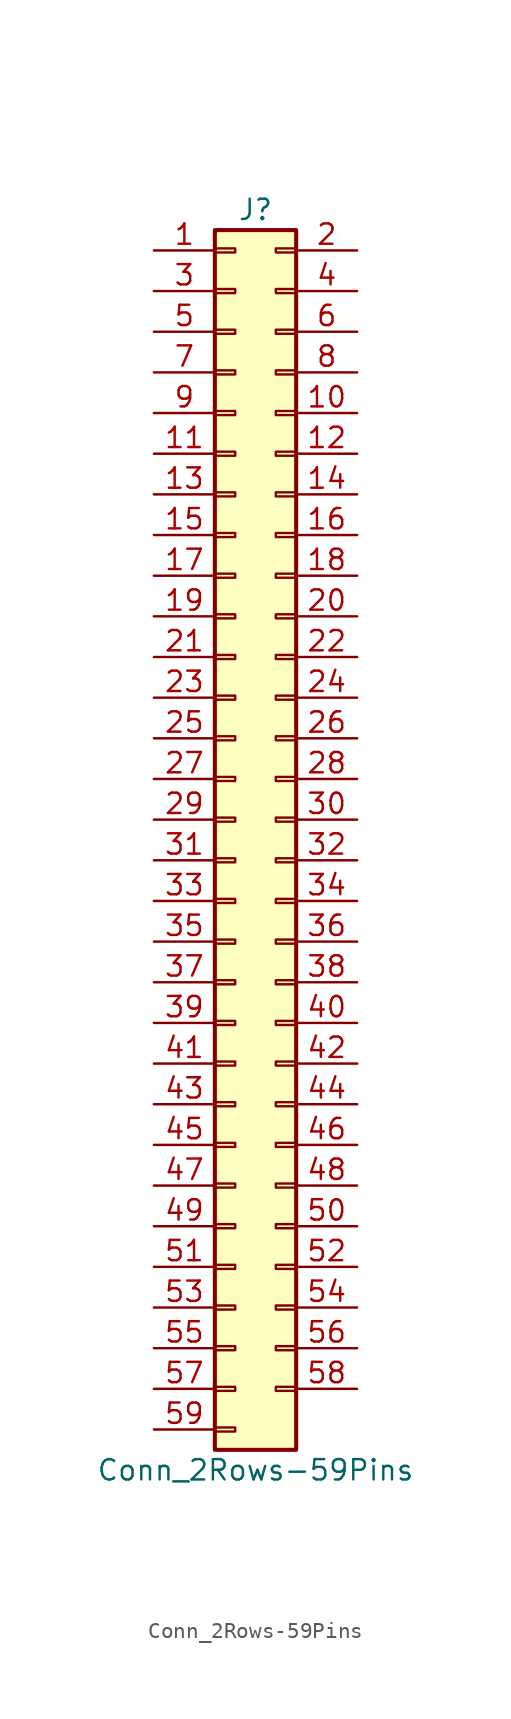
<source format=kicad_sym>
(kicad_symbol_lib
  (version 20220914)
  (generator kicad_symbol_editor)
  (symbol "Conn_2Rows-59Pins"
    (pin_names
      (offset 1.016) hide)
    (property "Reference" "J"
      (at 1.27 38.1 0)
      (effects (font (size 1.27 1.27))))
    (property "Value" "Conn_2Rows-59Pins"
      (at 1.27 -40.64 0)
      (effects (font (size 1.27 1.27))))
    (symbol "Conn_2Rows-59Pins_1_1"
      (rectangle (start -1.27 -37.973) (end 0 -38.227) (stroke (width 0.152) (type default)) (fill (type none)))
      (rectangle (start -1.27 -35.433) (end 0 -35.687) (stroke (width 0.152) (type default)) (fill (type none)))
      (rectangle (start -1.27 -32.893) (end 0 -33.147) (stroke (width 0.152) (type default)) (fill (type none)))
      (rectangle (start -1.27 -30.353) (end 0 -30.607) (stroke (width 0.152) (type default)) (fill (type none)))
      (rectangle (start -1.27 -27.813) (end 0 -28.067) (stroke (width 0.152) (type default)) (fill (type none)))
      (rectangle (start -1.27 -25.273) (end 0 -25.527) (stroke (width 0.152) (type default)) (fill (type none)))
      (rectangle (start -1.27 -22.733) (end 0 -22.987) (stroke (width 0.152) (type default)) (fill (type none)))
      (rectangle (start -1.27 -20.193) (end 0 -20.447) (stroke (width 0.152) (type default)) (fill (type none)))
      (rectangle (start -1.27 -17.653) (end 0 -17.907) (stroke (width 0.152) (type default)) (fill (type none)))
      (rectangle (start -1.27 -15.113) (end 0 -15.367) (stroke (width 0.152) (type default)) (fill (type none)))
      (rectangle (start -1.27 -12.573) (end 0 -12.827) (stroke (width 0.152) (type default)) (fill (type none)))
      (rectangle (start -1.27 -10.033) (end 0 -10.287) (stroke (width 0.152) (type default)) (fill (type none)))
      (rectangle (start -1.27 -7.493) (end 0 -7.747) (stroke (width 0.152) (type default)) (fill (type none)))
      (rectangle (start -1.27 -4.953) (end 0 -5.207) (stroke (width 0.152) (type default)) (fill (type none)))
      (rectangle (start -1.27 -2.413) (end 0 -2.667) (stroke (width 0.152) (type default)) (fill (type none)))
      (rectangle (start -1.27 0.127) (end 0 -0.127) (stroke (width 0.152) (type default)) (fill (type none)))
      (rectangle (start -1.27 2.667) (end 0 2.413) (stroke (width 0.152) (type default)) (fill (type none)))
      (rectangle (start -1.27 5.207) (end 0 4.953) (stroke (width 0.152) (type default)) (fill (type none)))
      (rectangle (start -1.27 7.747) (end 0 7.493) (stroke (width 0.152) (type default)) (fill (type none)))
      (rectangle (start -1.27 10.287) (end 0 10.033) (stroke (width 0.152) (type default)) (fill (type none)))
      (rectangle (start -1.27 12.827) (end 0 12.573) (stroke (width 0.152) (type default)) (fill (type none)))
      (rectangle (start -1.27 15.367) (end 0 15.113) (stroke (width 0.152) (type default)) (fill (type none)))
      (rectangle (start -1.27 17.907) (end 0 17.653) (stroke (width 0.152) (type default)) (fill (type none)))
      (rectangle (start -1.27 20.447) (end 0 20.193) (stroke (width 0.152) (type default)) (fill (type none)))
      (rectangle (start -1.27 22.987) (end 0 22.733) (stroke (width 0.152) (type default)) (fill (type none)))
      (rectangle (start -1.27 25.527) (end 0 25.273) (stroke (width 0.152) (type default)) (fill (type none)))
      (rectangle (start -1.27 28.067) (end 0 27.813) (stroke (width 0.152) (type default)) (fill (type none)))
      (rectangle (start -1.27 30.607) (end 0 30.353) (stroke (width 0.152) (type default)) (fill (type none)))
      (rectangle (start -1.27 33.147) (end 0 32.893) (stroke (width 0.152) (type default)) (fill (type none)))
      (rectangle (start -1.27 35.687) (end 0 35.433) (stroke (width 0.152) (type default)) (fill (type none)))
      (rectangle (start -1.27 36.83) (end 3.81 -39.37) (stroke (width 0.254) (type default)) (fill (type background)))
      (rectangle (start 3.81 -35.433) (end 2.54 -35.687) (stroke (width 0.152) (type default)) (fill (type none)))
      (rectangle (start 3.81 -32.893) (end 2.54 -33.147) (stroke (width 0.152) (type default)) (fill (type none)))
      (rectangle (start 3.81 -30.353) (end 2.54 -30.607) (stroke (width 0.152) (type default)) (fill (type none)))
      (rectangle (start 3.81 -27.813) (end 2.54 -28.067) (stroke (width 0.152) (type default)) (fill (type none)))
      (rectangle (start 3.81 -25.273) (end 2.54 -25.527) (stroke (width 0.152) (type default)) (fill (type none)))
      (rectangle (start 3.81 -22.733) (end 2.54 -22.987) (stroke (width 0.152) (type default)) (fill (type none)))
      (rectangle (start 3.81 -20.193) (end 2.54 -20.447) (stroke (width 0.152) (type default)) (fill (type none)))
      (rectangle (start 3.81 -17.653) (end 2.54 -17.907) (stroke (width 0.152) (type default)) (fill (type none)))
      (rectangle (start 3.81 -15.113) (end 2.54 -15.367) (stroke (width 0.152) (type default)) (fill (type none)))
      (rectangle (start 3.81 -12.573) (end 2.54 -12.827) (stroke (width 0.152) (type default)) (fill (type none)))
      (rectangle (start 3.81 -10.033) (end 2.54 -10.287) (stroke (width 0.152) (type default)) (fill (type none)))
      (rectangle (start 3.81 -7.493) (end 2.54 -7.747) (stroke (width 0.152) (type default)) (fill (type none)))
      (rectangle (start 3.81 -4.953) (end 2.54 -5.207) (stroke (width 0.152) (type default)) (fill (type none)))
      (rectangle (start 3.81 -2.413) (end 2.54 -2.667) (stroke (width 0.152) (type default)) (fill (type none)))
      (rectangle (start 3.81 0.127) (end 2.54 -0.127) (stroke (width 0.152) (type default)) (fill (type none)))
      (rectangle (start 3.81 2.667) (end 2.54 2.413) (stroke (width 0.152) (type default)) (fill (type none)))
      (rectangle (start 3.81 5.207) (end 2.54 4.953) (stroke (width 0.152) (type default)) (fill (type none)))
      (rectangle (start 3.81 7.747) (end 2.54 7.493) (stroke (width 0.152) (type default)) (fill (type none)))
      (rectangle (start 3.81 10.287) (end 2.54 10.033) (stroke (width 0.152) (type default)) (fill (type none)))
      (rectangle (start 3.81 12.827) (end 2.54 12.573) (stroke (width 0.152) (type default)) (fill (type none)))
      (rectangle (start 3.81 15.367) (end 2.54 15.113) (stroke (width 0.152) (type default)) (fill (type none)))
      (rectangle (start 3.81 17.907) (end 2.54 17.653) (stroke (width 0.152) (type default)) (fill (type none)))
      (rectangle (start 3.81 20.447) (end 2.54 20.193) (stroke (width 0.152) (type default)) (fill (type none)))
      (rectangle (start 3.81 22.987) (end 2.54 22.733) (stroke (width 0.152) (type default)) (fill (type none)))
      (rectangle (start 3.81 25.527) (end 2.54 25.273) (stroke (width 0.152) (type default)) (fill (type none)))
      (rectangle (start 3.81 28.067) (end 2.54 27.813) (stroke (width 0.152) (type default)) (fill (type none)))
      (rectangle (start 3.81 30.607) (end 2.54 30.353) (stroke (width 0.152) (type default)) (fill (type none)))
      (rectangle (start 3.81 33.147) (end 2.54 32.893) (stroke (width 0.152) (type default)) (fill (type none)))
      (rectangle (start 3.81 35.687) (end 2.54 35.433) (stroke (width 0.152) (type default)) (fill (type none)))
      (pin passive line (at -5.08 35.56 0) (length 3.81) (name "Pin_1" (effects (font (size 1.27 1.27)))) (number "1" (effects (font (size 1.27 1.27)))))
      (pin passive line (at 7.62 25.4 180) (length 3.81) (name "Pin_10" (effects (font (size 1.27 1.27)))) (number "10" (effects (font (size 1.27 1.27)))))
      (pin passive line (at -5.08 22.86 0) (length 3.81) (name "Pin_11" (effects (font (size 1.27 1.27)))) (number "11" (effects (font (size 1.27 1.27)))))
      (pin passive line (at 7.62 22.86 180) (length 3.81) (name "Pin_12" (effects (font (size 1.27 1.27)))) (number "12" (effects (font (size 1.27 1.27)))))
      (pin passive line (at -5.08 20.32 0) (length 3.81) (name "Pin_13" (effects (font (size 1.27 1.27)))) (number "13" (effects (font (size 1.27 1.27)))))
      (pin passive line (at 7.62 20.32 180) (length 3.81) (name "Pin_14" (effects (font (size 1.27 1.27)))) (number "14" (effects (font (size 1.27 1.27)))))
      (pin passive line (at -5.08 17.78 0) (length 3.81) (name "Pin_15" (effects (font (size 1.27 1.27)))) (number "15" (effects (font (size 1.27 1.27)))))
      (pin passive line (at 7.62 17.78 180) (length 3.81) (name "Pin_16" (effects (font (size 1.27 1.27)))) (number "16" (effects (font (size 1.27 1.27)))))
      (pin passive line (at -5.08 15.24 0) (length 3.81) (name "Pin_17" (effects (font (size 1.27 1.27)))) (number "17" (effects (font (size 1.27 1.27)))))
      (pin passive line (at 7.62 15.24 180) (length 3.81) (name "Pin_18" (effects (font (size 1.27 1.27)))) (number "18" (effects (font (size 1.27 1.27)))))
      (pin passive line (at -5.08 12.7 0) (length 3.81) (name "Pin_19" (effects (font (size 1.27 1.27)))) (number "19" (effects (font (size 1.27 1.27)))))
      (pin passive line (at 7.62 35.56 180) (length 3.81) (name "Pin_2" (effects (font (size 1.27 1.27)))) (number "2" (effects (font (size 1.27 1.27)))))
      (pin passive line (at 7.62 12.7 180) (length 3.81) (name "Pin_20" (effects (font (size 1.27 1.27)))) (number "20" (effects (font (size 1.27 1.27)))))
      (pin passive line (at -5.08 10.16 0) (length 3.81) (name "Pin_21" (effects (font (size 1.27 1.27)))) (number "21" (effects (font (size 1.27 1.27)))))
      (pin passive line (at 7.62 10.16 180) (length 3.81) (name "Pin_22" (effects (font (size 1.27 1.27)))) (number "22" (effects (font (size 1.27 1.27)))))
      (pin passive line (at -5.08 7.62 0) (length 3.81) (name "Pin_23" (effects (font (size 1.27 1.27)))) (number "23" (effects (font (size 1.27 1.27)))))
      (pin passive line (at 7.62 7.62 180) (length 3.81) (name "Pin_24" (effects (font (size 1.27 1.27)))) (number "24" (effects (font (size 1.27 1.27)))))
      (pin passive line (at -5.08 5.08 0) (length 3.81) (name "Pin_25" (effects (font (size 1.27 1.27)))) (number "25" (effects (font (size 1.27 1.27)))))
      (pin passive line (at 7.62 5.08 180) (length 3.81) (name "Pin_26" (effects (font (size 1.27 1.27)))) (number "26" (effects (font (size 1.27 1.27)))))
      (pin passive line (at -5.08 2.54 0) (length 3.81) (name "Pin_27" (effects (font (size 1.27 1.27)))) (number "27" (effects (font (size 1.27 1.27)))))
      (pin passive line (at 7.62 2.54 180) (length 3.81) (name "Pin_28" (effects (font (size 1.27 1.27)))) (number "28" (effects (font (size 1.27 1.27)))))
      (pin passive line (at -5.08 0 0) (length 3.81) (name "Pin_29" (effects (font (size 1.27 1.27)))) (number "29" (effects (font (size 1.27 1.27)))))
      (pin passive line (at -5.08 33.02 0) (length 3.81) (name "Pin_3" (effects (font (size 1.27 1.27)))) (number "3" (effects (font (size 1.27 1.27)))))
      (pin passive line (at 7.62 0 180) (length 3.81) (name "Pin_30" (effects (font (size 1.27 1.27)))) (number "30" (effects (font (size 1.27 1.27)))))
      (pin passive line (at -5.08 -2.54 0) (length 3.81) (name "Pin_31" (effects (font (size 1.27 1.27)))) (number "31" (effects (font (size 1.27 1.27)))))
      (pin passive line (at 7.62 -2.54 180) (length 3.81) (name "Pin_32" (effects (font (size 1.27 1.27)))) (number "32" (effects (font (size 1.27 1.27)))))
      (pin passive line (at -5.08 -5.08 0) (length 3.81) (name "Pin_33" (effects (font (size 1.27 1.27)))) (number "33" (effects (font (size 1.27 1.27)))))
      (pin passive line (at 7.62 -5.08 180) (length 3.81) (name "Pin_34" (effects (font (size 1.27 1.27)))) (number "34" (effects (font (size 1.27 1.27)))))
      (pin passive line (at -5.08 -7.62 0) (length 3.81) (name "Pin_35" (effects (font (size 1.27 1.27)))) (number "35" (effects (font (size 1.27 1.27)))))
      (pin passive line (at 7.62 -7.62 180) (length 3.81) (name "Pin_36" (effects (font (size 1.27 1.27)))) (number "36" (effects (font (size 1.27 1.27)))))
      (pin passive line (at -5.08 -10.16 0) (length 3.81) (name "Pin_37" (effects (font (size 1.27 1.27)))) (number "37" (effects (font (size 1.27 1.27)))))
      (pin passive line (at 7.62 -10.16 180) (length 3.81) (name "Pin_38" (effects (font (size 1.27 1.27)))) (number "38" (effects (font (size 1.27 1.27)))))
      (pin passive line (at -5.08 -12.7 0) (length 3.81) (name "Pin_39" (effects (font (size 1.27 1.27)))) (number "39" (effects (font (size 1.27 1.27)))))
      (pin passive line (at 7.62 33.02 180) (length 3.81) (name "Pin_4" (effects (font (size 1.27 1.27)))) (number "4" (effects (font (size 1.27 1.27)))))
      (pin passive line (at 7.62 -12.7 180) (length 3.81) (name "Pin_40" (effects (font (size 1.27 1.27)))) (number "40" (effects (font (size 1.27 1.27)))))
      (pin passive line (at -5.08 -15.24 0) (length 3.81) (name "Pin_41" (effects (font (size 1.27 1.27)))) (number "41" (effects (font (size 1.27 1.27)))))
      (pin passive line (at 7.62 -15.24 180) (length 3.81) (name "Pin_42" (effects (font (size 1.27 1.27)))) (number "42" (effects (font (size 1.27 1.27)))))
      (pin passive line (at -5.08 -17.78 0) (length 3.81) (name "Pin_43" (effects (font (size 1.27 1.27)))) (number "43" (effects (font (size 1.27 1.27)))))
      (pin passive line (at 7.62 -17.78 180) (length 3.81) (name "Pin_44" (effects (font (size 1.27 1.27)))) (number "44" (effects (font (size 1.27 1.27)))))
      (pin passive line (at -5.08 -20.32 0) (length 3.81) (name "Pin_45" (effects (font (size 1.27 1.27)))) (number "45" (effects (font (size 1.27 1.27)))))
      (pin passive line (at 7.62 -20.32 180) (length 3.81) (name "Pin_46" (effects (font (size 1.27 1.27)))) (number "46" (effects (font (size 1.27 1.27)))))
      (pin passive line (at -5.08 -22.86 0) (length 3.81) (name "Pin_47" (effects (font (size 1.27 1.27)))) (number "47" (effects (font (size 1.27 1.27)))))
      (pin passive line (at 7.62 -22.86 180) (length 3.81) (name "Pin_48" (effects (font (size 1.27 1.27)))) (number "48" (effects (font (size 1.27 1.27)))))
      (pin passive line (at -5.08 -25.4 0) (length 3.81) (name "Pin_49" (effects (font (size 1.27 1.27)))) (number "49" (effects (font (size 1.27 1.27)))))
      (pin passive line (at -5.08 30.48 0) (length 3.81) (name "Pin_5" (effects (font (size 1.27 1.27)))) (number "5" (effects (font (size 1.27 1.27)))))
      (pin passive line (at 7.62 -25.4 180) (length 3.81) (name "Pin_50" (effects (font (size 1.27 1.27)))) (number "50" (effects (font (size 1.27 1.27)))))
      (pin passive line (at -5.08 -27.94 0) (length 3.81) (name "Pin_51" (effects (font (size 1.27 1.27)))) (number "51" (effects (font (size 1.27 1.27)))))
      (pin passive line (at 7.62 -27.94 180) (length 3.81) (name "Pin_52" (effects (font (size 1.27 1.27)))) (number "52" (effects (font (size 1.27 1.27)))))
      (pin passive line (at -5.08 -30.48 0) (length 3.81) (name "Pin_53" (effects (font (size 1.27 1.27)))) (number "53" (effects (font (size 1.27 1.27)))))
      (pin passive line (at 7.62 -30.48 180) (length 3.81) (name "Pin_54" (effects (font (size 1.27 1.27)))) (number "54" (effects (font (size 1.27 1.27)))))
      (pin passive line (at -5.08 -33.02 0) (length 3.81) (name "Pin_55" (effects (font (size 1.27 1.27)))) (number "55" (effects (font (size 1.27 1.27)))))
      (pin passive line (at 7.62 -33.02 180) (length 3.81) (name "Pin_56" (effects (font (size 1.27 1.27)))) (number "56" (effects (font (size 1.27 1.27)))))
      (pin passive line (at -5.08 -35.56 0) (length 3.81) (name "Pin_57" (effects (font (size 1.27 1.27)))) (number "57" (effects (font (size 1.27 1.27)))))
      (pin passive line (at 7.62 -35.56 180) (length 3.81) (name "Pin_58" (effects (font (size 1.27 1.27)))) (number "58" (effects (font (size 1.27 1.27)))))
      (pin passive line (at -5.08 -38.1 0) (length 3.81) (name "Pin_59" (effects (font (size 1.27 1.27)))) (number "59" (effects (font (size 1.27 1.27)))))
      (pin passive line (at 7.62 30.48 180) (length 3.81) (name "Pin_6" (effects (font (size 1.27 1.27)))) (number "6" (effects (font (size 1.27 1.27)))))
      (pin passive line (at -5.08 27.94 0) (length 3.81) (name "Pin_7" (effects (font (size 1.27 1.27)))) (number "7" (effects (font (size 1.27 1.27)))))
      (pin passive line (at 7.62 27.94 180) (length 3.81) (name "Pin_8" (effects (font (size 1.27 1.27)))) (number "8" (effects (font (size 1.27 1.27)))))
      (pin passive line (at -5.08 25.4 0) (length 3.81) (name "Pin_9" (effects (font (size 1.27 1.27)))) (number "9" (effects (font (size 1.27 1.27))))))))
</source>
